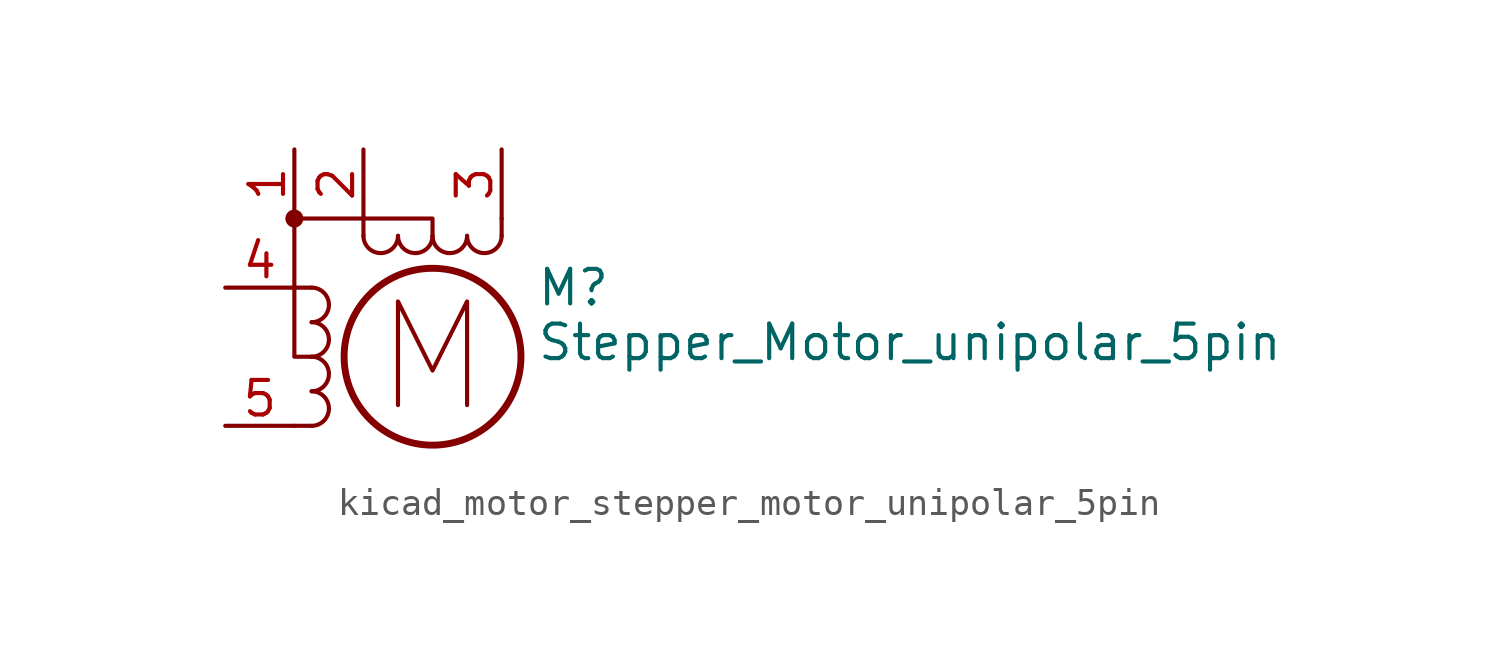
<source format=kicad_sym>
(kicad_symbol_lib
  (version 20220914)
  (generator kicad_symbol_editor)
  (symbol "kicad_motor_stepper_motor_unipolar_5pin"
    (pin_names
      (offset 0) hide)
    (property "Reference" "M"
      (at 3.81 2.54 0)
      (effects (font (size 1.27 1.27)) (justify left)))
    (property "Value" "Stepper_Motor_unipolar_5pin"
      (at 3.81 1.27 0)
      (effects (font (size 1.27 1.27)) (justify left top)))
    (symbol "kicad_motor_stepper_motor_unipolar_5pin_0_0"
      (polyline (pts (xy -1.27 -1.778) (xy -1.27 2.032) (xy 0 -0.508) (xy 1.27 2.032) (xy 1.27 -1.778)) (stroke (width 0) (type default)) (fill (type none))))
    (symbol "kicad_motor_stepper_motor_unipolar_5pin_0_1"
      (circle (center -5.08 5.08) (radius 0.0001) (stroke (width 0) (type default)) (fill (type outline)))
      (circle (center -5.08 5.08) (radius 0.254) (stroke (width 0) (type default)) (fill (type outline)))
      (arc (start -4.445 -2.54) (mid -3.8127 -1.905) (end -4.445 -1.27) (stroke (width 0) (type default)) (fill (type none)))
      (arc (start -4.445 -1.27) (mid -3.8127 -0.635) (end -4.445 0) (stroke (width 0) (type default)) (fill (type none)))
      (arc (start -4.445 0) (mid -3.8127 0.635) (end -4.445 1.27) (stroke (width 0) (type default)) (fill (type none)))
      (arc (start -4.445 1.27) (mid -3.8127 1.905) (end -4.445 2.54) (stroke (width 0) (type default)) (fill (type none)))
      (arc (start -2.54 4.445) (mid -1.905 3.8127) (end -1.27 4.445) (stroke (width 0) (type default)) (fill (type none)))
      (arc (start -1.27 4.445) (mid -0.635 3.8127) (end 0 4.445) (stroke (width 0) (type default)) (fill (type none)))
      (polyline (pts (xy -5.08 -2.54) (xy -4.445 -2.54)) (stroke (width 0) (type default)) (fill (type none)))
      (polyline (pts (xy -5.08 2.54) (xy -4.445 2.54)) (stroke (width 0) (type default)) (fill (type none)))
      (polyline (pts (xy -2.54 4.445) (xy -2.54 5.08)) (stroke (width 0) (type default)) (fill (type none)))
      (polyline (pts (xy 2.54 4.445) (xy 2.54 5.08)) (stroke (width 0) (type default)) (fill (type none)))
      (polyline (pts (xy -5.08 5.08) (xy -5.08 0) (xy -4.445 0)) (stroke (width 0) (type default)) (fill (type none)))
      (polyline (pts (xy 0 4.445) (xy 0 5.08) (xy -5.08 5.08)) (stroke (width 0) (type default)) (fill (type none)))
      (circle (center 0 0) (radius 3.251) (stroke (width 0.254) (type default)) (fill (type none)))
      (arc (start 0 4.445) (mid 0.635 3.8127) (end 1.27 4.445) (stroke (width 0) (type default)) (fill (type none)))
      (arc (start 1.27 4.445) (mid 1.905 3.8127) (end 2.54 4.445) (stroke (width 0) (type default)) (fill (type none))))
    (symbol "kicad_motor_stepper_motor_unipolar_5pin_1_1"
      (pin passive line (at -5.08 7.62 270) (length 2.54) (name "~" (effects (font (size 1.27 1.27)))) (number "1" (effects (font (size 1.27 1.27)))))
      (pin passive line (at -2.54 7.62 270) (length 2.54) (name "~" (effects (font (size 1.27 1.27)))) (number "2" (effects (font (size 1.27 1.27)))))
      (pin passive line (at 2.54 7.62 270) (length 2.54) (name "-" (effects (font (size 1.27 1.27)))) (number "3" (effects (font (size 1.27 1.27)))))
      (pin passive line (at -7.62 2.54 0) (length 2.54) (name "~" (effects (font (size 1.27 1.27)))) (number "4" (effects (font (size 1.27 1.27)))))
      (pin passive line (at -7.62 -2.54 0) (length 2.54) (name "~" (effects (font (size 1.27 1.27)))) (number "5" (effects (font (size 1.27 1.27))))))))
</source>
